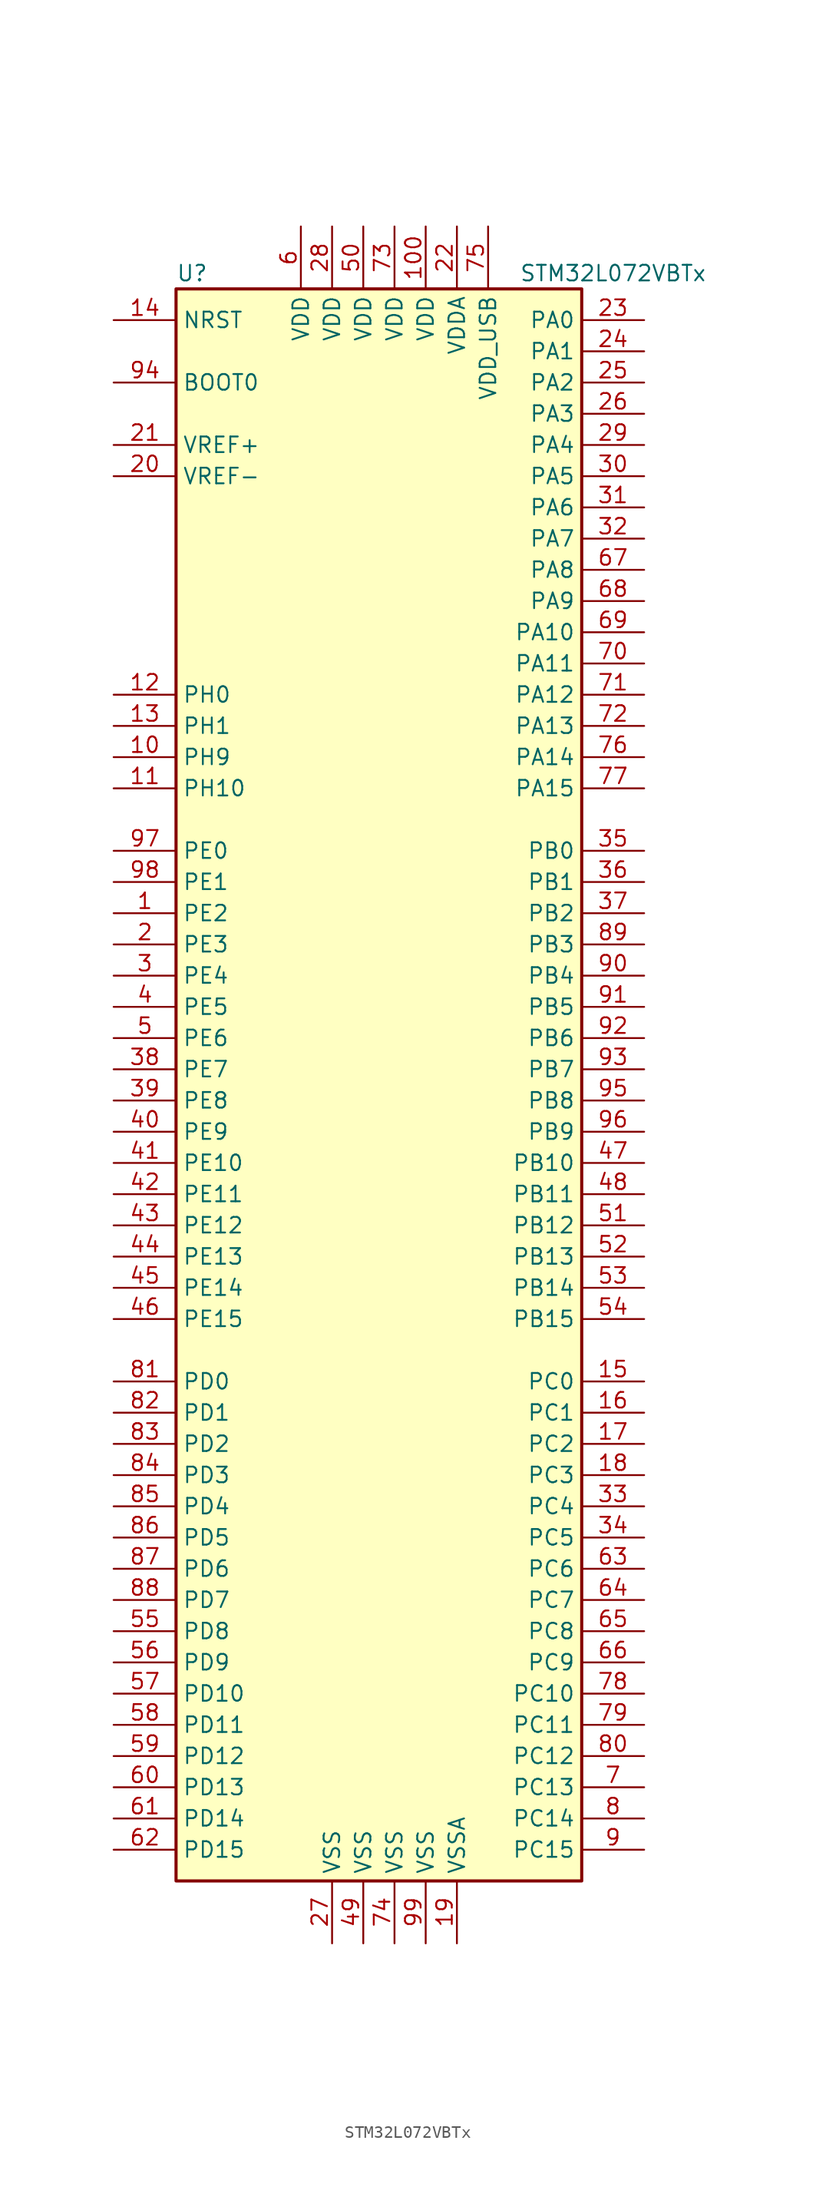
<source format=kicad_sym>
(kicad_symbol_lib
  (version 20201005)
  (generator kicad_symbol_editor)
  (symbol "STM32L072VBTx"
    (property "Reference" "U"
      (at -17.78 64.77 0)
      (effects (font (size 1.27 1.27)) (justify left)))
    (property "Value" "STM32L072VBTx"
      (at 10.16 64.77 0)
      (effects (font (size 1.27 1.27)) (justify left)))
    (symbol "STM32L072VBTx_0_1"
      (rectangle (start -17.78 -66.04) (end 15.24 63.5) (stroke (width 0.254)) (fill (type background))))
    (symbol "STM32L072VBTx_1_1"
      (pin bidirectional line (at -22.86 12.7 0) (length 5.08) (name "PE2" (effects (font (size 1.27 1.27)))) (number "1" (effects (font (size 1.27 1.27)))))
      (pin bidirectional line (at -22.86 25.4 0) (length 5.08) (name "PH9" (effects (font (size 1.27 1.27)))) (number "10" (effects (font (size 1.27 1.27)))))
      (pin power_in line (at 2.54 68.58 270) (length 5.08) (name "VDD" (effects (font (size 1.27 1.27)))) (number "100" (effects (font (size 1.27 1.27)))))
      (pin bidirectional line (at -22.86 22.86 0) (length 5.08) (name "PH10" (effects (font (size 1.27 1.27)))) (number "11" (effects (font (size 1.27 1.27)))))
      (pin input line (at -22.86 30.48 0) (length 5.08) (name "PH0" (effects (font (size 1.27 1.27)))) (number "12" (effects (font (size 1.27 1.27)))))
      (pin input line (at -22.86 27.94 0) (length 5.08) (name "PH1" (effects (font (size 1.27 1.27)))) (number "13" (effects (font (size 1.27 1.27)))))
      (pin input line (at -22.86 60.96 0) (length 5.08) (name "NRST" (effects (font (size 1.27 1.27)))) (number "14" (effects (font (size 1.27 1.27)))))
      (pin bidirectional line (at 20.32 -25.4 180) (length 5.08) (name "PC0" (effects (font (size 1.27 1.27)))) (number "15" (effects (font (size 1.27 1.27)))))
      (pin bidirectional line (at 20.32 -27.94 180) (length 5.08) (name "PC1" (effects (font (size 1.27 1.27)))) (number "16" (effects (font (size 1.27 1.27)))))
      (pin bidirectional line (at 20.32 -30.48 180) (length 5.08) (name "PC2" (effects (font (size 1.27 1.27)))) (number "17" (effects (font (size 1.27 1.27)))))
      (pin bidirectional line (at 20.32 -33.02 180) (length 5.08) (name "PC3" (effects (font (size 1.27 1.27)))) (number "18" (effects (font (size 1.27 1.27)))))
      (pin power_in line (at 5.08 -71.12 90) (length 5.08) (name "VSSA" (effects (font (size 1.27 1.27)))) (number "19" (effects (font (size 1.27 1.27)))))
      (pin bidirectional line (at -22.86 10.16 0) (length 5.08) (name "PE3" (effects (font (size 1.27 1.27)))) (number "2" (effects (font (size 1.27 1.27)))))
      (pin power_in line (at -22.86 48.26 0) (length 5.08) (name "VREF-" (effects (font (size 1.27 1.27)))) (number "20" (effects (font (size 1.27 1.27)))))
      (pin power_in line (at -22.86 50.8 0) (length 5.08) (name "VREF+" (effects (font (size 1.27 1.27)))) (number "21" (effects (font (size 1.27 1.27)))))
      (pin power_in line (at 5.08 68.58 270) (length 5.08) (name "VDDA" (effects (font (size 1.27 1.27)))) (number "22" (effects (font (size 1.27 1.27)))))
      (pin bidirectional line (at 20.32 60.96 180) (length 5.08) (name "PA0" (effects (font (size 1.27 1.27)))) (number "23" (effects (font (size 1.27 1.27)))))
      (pin bidirectional line (at 20.32 58.42 180) (length 5.08) (name "PA1" (effects (font (size 1.27 1.27)))) (number "24" (effects (font (size 1.27 1.27)))))
      (pin bidirectional line (at 20.32 55.88 180) (length 5.08) (name "PA2" (effects (font (size 1.27 1.27)))) (number "25" (effects (font (size 1.27 1.27)))))
      (pin bidirectional line (at 20.32 53.34 180) (length 5.08) (name "PA3" (effects (font (size 1.27 1.27)))) (number "26" (effects (font (size 1.27 1.27)))))
      (pin power_in line (at -5.08 -71.12 90) (length 5.08) (name "VSS" (effects (font (size 1.27 1.27)))) (number "27" (effects (font (size 1.27 1.27)))))
      (pin power_in line (at -5.08 68.58 270) (length 5.08) (name "VDD" (effects (font (size 1.27 1.27)))) (number "28" (effects (font (size 1.27 1.27)))))
      (pin bidirectional line (at 20.32 50.8 180) (length 5.08) (name "PA4" (effects (font (size 1.27 1.27)))) (number "29" (effects (font (size 1.27 1.27)))))
      (pin bidirectional line (at -22.86 7.62 0) (length 5.08) (name "PE4" (effects (font (size 1.27 1.27)))) (number "3" (effects (font (size 1.27 1.27)))))
      (pin bidirectional line (at 20.32 48.26 180) (length 5.08) (name "PA5" (effects (font (size 1.27 1.27)))) (number "30" (effects (font (size 1.27 1.27)))))
      (pin bidirectional line (at 20.32 45.72 180) (length 5.08) (name "PA6" (effects (font (size 1.27 1.27)))) (number "31" (effects (font (size 1.27 1.27)))))
      (pin bidirectional line (at 20.32 43.18 180) (length 5.08) (name "PA7" (effects (font (size 1.27 1.27)))) (number "32" (effects (font (size 1.27 1.27)))))
      (pin bidirectional line (at 20.32 -35.56 180) (length 5.08) (name "PC4" (effects (font (size 1.27 1.27)))) (number "33" (effects (font (size 1.27 1.27)))))
      (pin bidirectional line (at 20.32 -38.1 180) (length 5.08) (name "PC5" (effects (font (size 1.27 1.27)))) (number "34" (effects (font (size 1.27 1.27)))))
      (pin bidirectional line (at 20.32 17.78 180) (length 5.08) (name "PB0" (effects (font (size 1.27 1.27)))) (number "35" (effects (font (size 1.27 1.27)))))
      (pin bidirectional line (at 20.32 15.24 180) (length 5.08) (name "PB1" (effects (font (size 1.27 1.27)))) (number "36" (effects (font (size 1.27 1.27)))))
      (pin bidirectional line (at 20.32 12.7 180) (length 5.08) (name "PB2" (effects (font (size 1.27 1.27)))) (number "37" (effects (font (size 1.27 1.27)))))
      (pin bidirectional line (at -22.86 0 0) (length 5.08) (name "PE7" (effects (font (size 1.27 1.27)))) (number "38" (effects (font (size 1.27 1.27)))))
      (pin bidirectional line (at -22.86 -2.54 0) (length 5.08) (name "PE8" (effects (font (size 1.27 1.27)))) (number "39" (effects (font (size 1.27 1.27)))))
      (pin bidirectional line (at -22.86 5.08 0) (length 5.08) (name "PE5" (effects (font (size 1.27 1.27)))) (number "4" (effects (font (size 1.27 1.27)))))
      (pin bidirectional line (at -22.86 -5.08 0) (length 5.08) (name "PE9" (effects (font (size 1.27 1.27)))) (number "40" (effects (font (size 1.27 1.27)))))
      (pin bidirectional line (at -22.86 -7.62 0) (length 5.08) (name "PE10" (effects (font (size 1.27 1.27)))) (number "41" (effects (font (size 1.27 1.27)))))
      (pin bidirectional line (at -22.86 -10.16 0) (length 5.08) (name "PE11" (effects (font (size 1.27 1.27)))) (number "42" (effects (font (size 1.27 1.27)))))
      (pin bidirectional line (at -22.86 -12.7 0) (length 5.08) (name "PE12" (effects (font (size 1.27 1.27)))) (number "43" (effects (font (size 1.27 1.27)))))
      (pin bidirectional line (at -22.86 -15.24 0) (length 5.08) (name "PE13" (effects (font (size 1.27 1.27)))) (number "44" (effects (font (size 1.27 1.27)))))
      (pin bidirectional line (at -22.86 -17.78 0) (length 5.08) (name "PE14" (effects (font (size 1.27 1.27)))) (number "45" (effects (font (size 1.27 1.27)))))
      (pin bidirectional line (at -22.86 -20.32 0) (length 5.08) (name "PE15" (effects (font (size 1.27 1.27)))) (number "46" (effects (font (size 1.27 1.27)))))
      (pin bidirectional line (at 20.32 -7.62 180) (length 5.08) (name "PB10" (effects (font (size 1.27 1.27)))) (number "47" (effects (font (size 1.27 1.27)))))
      (pin bidirectional line (at 20.32 -10.16 180) (length 5.08) (name "PB11" (effects (font (size 1.27 1.27)))) (number "48" (effects (font (size 1.27 1.27)))))
      (pin power_in line (at -2.54 -71.12 90) (length 5.08) (name "VSS" (effects (font (size 1.27 1.27)))) (number "49" (effects (font (size 1.27 1.27)))))
      (pin bidirectional line (at -22.86 2.54 0) (length 5.08) (name "PE6" (effects (font (size 1.27 1.27)))) (number "5" (effects (font (size 1.27 1.27)))))
      (pin power_in line (at -2.54 68.58 270) (length 5.08) (name "VDD" (effects (font (size 1.27 1.27)))) (number "50" (effects (font (size 1.27 1.27)))))
      (pin bidirectional line (at 20.32 -12.7 180) (length 5.08) (name "PB12" (effects (font (size 1.27 1.27)))) (number "51" (effects (font (size 1.27 1.27)))))
      (pin bidirectional line (at 20.32 -15.24 180) (length 5.08) (name "PB13" (effects (font (size 1.27 1.27)))) (number "52" (effects (font (size 1.27 1.27)))))
      (pin bidirectional line (at 20.32 -17.78 180) (length 5.08) (name "PB14" (effects (font (size 1.27 1.27)))) (number "53" (effects (font (size 1.27 1.27)))))
      (pin bidirectional line (at 20.32 -20.32 180) (length 5.08) (name "PB15" (effects (font (size 1.27 1.27)))) (number "54" (effects (font (size 1.27 1.27)))))
      (pin bidirectional line (at -22.86 -45.72 0) (length 5.08) (name "PD8" (effects (font (size 1.27 1.27)))) (number "55" (effects (font (size 1.27 1.27)))))
      (pin bidirectional line (at -22.86 -48.26 0) (length 5.08) (name "PD9" (effects (font (size 1.27 1.27)))) (number "56" (effects (font (size 1.27 1.27)))))
      (pin bidirectional line (at -22.86 -50.8 0) (length 5.08) (name "PD10" (effects (font (size 1.27 1.27)))) (number "57" (effects (font (size 1.27 1.27)))))
      (pin bidirectional line (at -22.86 -53.34 0) (length 5.08) (name "PD11" (effects (font (size 1.27 1.27)))) (number "58" (effects (font (size 1.27 1.27)))))
      (pin bidirectional line (at -22.86 -55.88 0) (length 5.08) (name "PD12" (effects (font (size 1.27 1.27)))) (number "59" (effects (font (size 1.27 1.27)))))
      (pin power_in line (at -7.62 68.58 270) (length 5.08) (name "VDD" (effects (font (size 1.27 1.27)))) (number "6" (effects (font (size 1.27 1.27)))))
      (pin bidirectional line (at -22.86 -58.42 0) (length 5.08) (name "PD13" (effects (font (size 1.27 1.27)))) (number "60" (effects (font (size 1.27 1.27)))))
      (pin bidirectional line (at -22.86 -60.96 0) (length 5.08) (name "PD14" (effects (font (size 1.27 1.27)))) (number "61" (effects (font (size 1.27 1.27)))))
      (pin bidirectional line (at -22.86 -63.5 0) (length 5.08) (name "PD15" (effects (font (size 1.27 1.27)))) (number "62" (effects (font (size 1.27 1.27)))))
      (pin bidirectional line (at 20.32 -40.64 180) (length 5.08) (name "PC6" (effects (font (size 1.27 1.27)))) (number "63" (effects (font (size 1.27 1.27)))))
      (pin bidirectional line (at 20.32 -43.18 180) (length 5.08) (name "PC7" (effects (font (size 1.27 1.27)))) (number "64" (effects (font (size 1.27 1.27)))))
      (pin bidirectional line (at 20.32 -45.72 180) (length 5.08) (name "PC8" (effects (font (size 1.27 1.27)))) (number "65" (effects (font (size 1.27 1.27)))))
      (pin bidirectional line (at 20.32 -48.26 180) (length 5.08) (name "PC9" (effects (font (size 1.27 1.27)))) (number "66" (effects (font (size 1.27 1.27)))))
      (pin bidirectional line (at 20.32 40.64 180) (length 5.08) (name "PA8" (effects (font (size 1.27 1.27)))) (number "67" (effects (font (size 1.27 1.27)))))
      (pin bidirectional line (at 20.32 38.1 180) (length 5.08) (name "PA9" (effects (font (size 1.27 1.27)))) (number "68" (effects (font (size 1.27 1.27)))))
      (pin bidirectional line (at 20.32 35.56 180) (length 5.08) (name "PA10" (effects (font (size 1.27 1.27)))) (number "69" (effects (font (size 1.27 1.27)))))
      (pin bidirectional line (at 20.32 -58.42 180) (length 5.08) (name "PC13" (effects (font (size 1.27 1.27)))) (number "7" (effects (font (size 1.27 1.27)))))
      (pin bidirectional line (at 20.32 33.02 180) (length 5.08) (name "PA11" (effects (font (size 1.27 1.27)))) (number "70" (effects (font (size 1.27 1.27)))))
      (pin bidirectional line (at 20.32 30.48 180) (length 5.08) (name "PA12" (effects (font (size 1.27 1.27)))) (number "71" (effects (font (size 1.27 1.27)))))
      (pin bidirectional line (at 20.32 27.94 180) (length 5.08) (name "PA13" (effects (font (size 1.27 1.27)))) (number "72" (effects (font (size 1.27 1.27)))))
      (pin power_in line (at 0 68.58 270) (length 5.08) (name "VDD" (effects (font (size 1.27 1.27)))) (number "73" (effects (font (size 1.27 1.27)))))
      (pin power_in line (at 0 -71.12 90) (length 5.08) (name "VSS" (effects (font (size 1.27 1.27)))) (number "74" (effects (font (size 1.27 1.27)))))
      (pin power_in line (at 7.62 68.58 270) (length 5.08) (name "VDD_USB" (effects (font (size 1.27 1.27)))) (number "75" (effects (font (size 1.27 1.27)))))
      (pin bidirectional line (at 20.32 25.4 180) (length 5.08) (name "PA14" (effects (font (size 1.27 1.27)))) (number "76" (effects (font (size 1.27 1.27)))))
      (pin bidirectional line (at 20.32 22.86 180) (length 5.08) (name "PA15" (effects (font (size 1.27 1.27)))) (number "77" (effects (font (size 1.27 1.27)))))
      (pin bidirectional line (at 20.32 -50.8 180) (length 5.08) (name "PC10" (effects (font (size 1.27 1.27)))) (number "78" (effects (font (size 1.27 1.27)))))
      (pin bidirectional line (at 20.32 -53.34 180) (length 5.08) (name "PC11" (effects (font (size 1.27 1.27)))) (number "79" (effects (font (size 1.27 1.27)))))
      (pin bidirectional line (at 20.32 -60.96 180) (length 5.08) (name "PC14" (effects (font (size 1.27 1.27)))) (number "8" (effects (font (size 1.27 1.27)))))
      (pin bidirectional line (at 20.32 -55.88 180) (length 5.08) (name "PC12" (effects (font (size 1.27 1.27)))) (number "80" (effects (font (size 1.27 1.27)))))
      (pin bidirectional line (at -22.86 -25.4 0) (length 5.08) (name "PD0" (effects (font (size 1.27 1.27)))) (number "81" (effects (font (size 1.27 1.27)))))
      (pin bidirectional line (at -22.86 -27.94 0) (length 5.08) (name "PD1" (effects (font (size 1.27 1.27)))) (number "82" (effects (font (size 1.27 1.27)))))
      (pin bidirectional line (at -22.86 -30.48 0) (length 5.08) (name "PD2" (effects (font (size 1.27 1.27)))) (number "83" (effects (font (size 1.27 1.27)))))
      (pin bidirectional line (at -22.86 -33.02 0) (length 5.08) (name "PD3" (effects (font (size 1.27 1.27)))) (number "84" (effects (font (size 1.27 1.27)))))
      (pin bidirectional line (at -22.86 -35.56 0) (length 5.08) (name "PD4" (effects (font (size 1.27 1.27)))) (number "85" (effects (font (size 1.27 1.27)))))
      (pin bidirectional line (at -22.86 -38.1 0) (length 5.08) (name "PD5" (effects (font (size 1.27 1.27)))) (number "86" (effects (font (size 1.27 1.27)))))
      (pin bidirectional line (at -22.86 -40.64 0) (length 5.08) (name "PD6" (effects (font (size 1.27 1.27)))) (number "87" (effects (font (size 1.27 1.27)))))
      (pin bidirectional line (at -22.86 -43.18 0) (length 5.08) (name "PD7" (effects (font (size 1.27 1.27)))) (number "88" (effects (font (size 1.27 1.27)))))
      (pin bidirectional line (at 20.32 10.16 180) (length 5.08) (name "PB3" (effects (font (size 1.27 1.27)))) (number "89" (effects (font (size 1.27 1.27)))))
      (pin bidirectional line (at 20.32 -63.5 180) (length 5.08) (name "PC15" (effects (font (size 1.27 1.27)))) (number "9" (effects (font (size 1.27 1.27)))))
      (pin bidirectional line (at 20.32 7.62 180) (length 5.08) (name "PB4" (effects (font (size 1.27 1.27)))) (number "90" (effects (font (size 1.27 1.27)))))
      (pin bidirectional line (at 20.32 5.08 180) (length 5.08) (name "PB5" (effects (font (size 1.27 1.27)))) (number "91" (effects (font (size 1.27 1.27)))))
      (pin bidirectional line (at 20.32 2.54 180) (length 5.08) (name "PB6" (effects (font (size 1.27 1.27)))) (number "92" (effects (font (size 1.27 1.27)))))
      (pin bidirectional line (at 20.32 0 180) (length 5.08) (name "PB7" (effects (font (size 1.27 1.27)))) (number "93" (effects (font (size 1.27 1.27)))))
      (pin input line (at -22.86 55.88 0) (length 5.08) (name "BOOT0" (effects (font (size 1.27 1.27)))) (number "94" (effects (font (size 1.27 1.27)))))
      (pin bidirectional line (at 20.32 -2.54 180) (length 5.08) (name "PB8" (effects (font (size 1.27 1.27)))) (number "95" (effects (font (size 1.27 1.27)))))
      (pin bidirectional line (at 20.32 -5.08 180) (length 5.08) (name "PB9" (effects (font (size 1.27 1.27)))) (number "96" (effects (font (size 1.27 1.27)))))
      (pin bidirectional line (at -22.86 17.78 0) (length 5.08) (name "PE0" (effects (font (size 1.27 1.27)))) (number "97" (effects (font (size 1.27 1.27)))))
      (pin bidirectional line (at -22.86 15.24 0) (length 5.08) (name "PE1" (effects (font (size 1.27 1.27)))) (number "98" (effects (font (size 1.27 1.27)))))
      (pin power_in line (at 2.54 -71.12 90) (length 5.08) (name "VSS" (effects (font (size 1.27 1.27)))) (number "99" (effects (font (size 1.27 1.27))))))))
</source>
